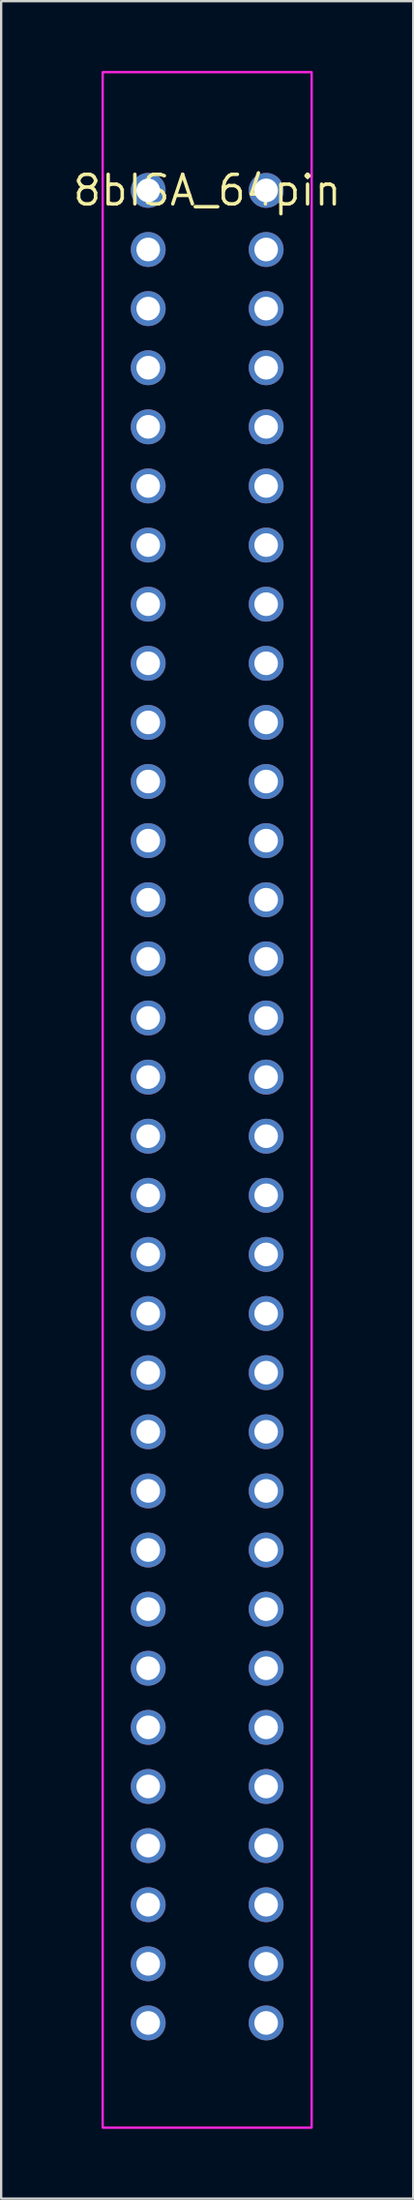
<source format=kicad_pcb>
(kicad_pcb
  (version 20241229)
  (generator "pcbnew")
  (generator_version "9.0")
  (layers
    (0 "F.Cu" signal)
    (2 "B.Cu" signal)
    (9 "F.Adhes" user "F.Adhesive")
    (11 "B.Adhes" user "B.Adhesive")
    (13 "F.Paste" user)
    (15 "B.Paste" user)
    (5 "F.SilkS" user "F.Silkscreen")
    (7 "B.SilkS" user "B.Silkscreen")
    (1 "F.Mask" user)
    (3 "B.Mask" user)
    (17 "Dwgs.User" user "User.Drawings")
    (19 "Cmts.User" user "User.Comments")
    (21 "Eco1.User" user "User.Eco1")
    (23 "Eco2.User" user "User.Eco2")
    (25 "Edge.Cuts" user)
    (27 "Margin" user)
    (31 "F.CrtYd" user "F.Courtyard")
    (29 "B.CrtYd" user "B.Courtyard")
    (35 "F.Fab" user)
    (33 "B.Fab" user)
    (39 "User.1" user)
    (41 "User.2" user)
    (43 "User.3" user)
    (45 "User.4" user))
  (footprint "8bISA_64pin"
    (layer "F.Cu")
    (at 5.873 5.13)
    (property "Reference" "8bISA_64pin" (at 0 0 0) (layer "F.SilkS") (effects (font (size 1.27 1.27) (thickness 0.15))))
    (fp_rect (start -4.5 -5.08) (end 4.5 83.24) (stroke (width 0.1) (type solid)) (fill no) (layer "F.CrtYd"))
    (pad "A1" thru_hole circle (at 2.54 0) (size 1.5 1.5) (drill 1.016) (layers "*.Cu" "*.Mask"))
    (pad "A2" thru_hole circle (at 2.54 2.54) (size 1.5 1.5) (drill 1.016) (layers "*.Cu" "*.Mask"))
    (pad "A3" thru_hole circle (at 2.54 5.08) (size 1.5 1.5) (drill 1.016) (layers "*.Cu" "*.Mask"))
    (pad "A4" thru_hole circle (at 2.54 7.62) (size 1.5 1.5) (drill 1.016) (layers "*.Cu" "*.Mask"))
    (pad "A5" thru_hole circle (at 2.54 10.16) (size 1.5 1.5) (drill 1.016) (layers "*.Cu" "*.Mask"))
    (pad "A6" thru_hole circle (at 2.54 12.7) (size 1.5 1.5) (drill 1.016) (layers "*.Cu" "*.Mask"))
    (pad "A7" thru_hole circle (at 2.54 15.24) (size 1.5 1.5) (drill 1.016) (layers "*.Cu" "*.Mask"))
    (pad "A8" thru_hole circle (at 2.54 17.78) (size 1.5 1.5) (drill 1.016) (layers "*.Cu" "*.Mask"))
    (pad "A9" thru_hole circle (at 2.54 20.32) (size 1.5 1.5) (drill 1.016) (layers "*.Cu" "*.Mask"))
    (pad "A10" thru_hole circle (at 2.54 22.86) (size 1.5 1.5) (drill 1.016) (layers "*.Cu" "*.Mask"))
    (pad "A11" thru_hole circle (at 2.54 25.4) (size 1.5 1.5) (drill 1.016) (layers "*.Cu" "*.Mask"))
    (pad "A12" thru_hole circle (at 2.54 27.94) (size 1.5 1.5) (drill 1.016) (layers "*.Cu" "*.Mask"))
    (pad "A13" thru_hole circle (at 2.54 30.48) (size 1.5 1.5) (drill 1.016) (layers "*.Cu" "*.Mask"))
    (pad "A14" thru_hole circle (at 2.54 33.02) (size 1.5 1.5) (drill 1.016) (layers "*.Cu" "*.Mask"))
    (pad "A15" thru_hole circle (at 2.54 35.56) (size 1.5 1.5) (drill 1.016) (layers "*.Cu" "*.Mask"))
    (pad "A16" thru_hole circle (at 2.54 38.1) (size 1.5 1.5) (drill 1.016) (layers "*.Cu" "*.Mask"))
    (pad "A17" thru_hole circle (at 2.54 40.64) (size 1.5 1.5) (drill 1.016) (layers "*.Cu" "*.Mask"))
    (pad "A18" thru_hole circle (at 2.54 43.18) (size 1.5 1.5) (drill 1.016) (layers "*.Cu" "*.Mask"))
    (pad "A19" thru_hole circle (at 2.54 45.72) (size 1.5 1.5) (drill 1.016) (layers "*.Cu" "*.Mask"))
    (pad "A20" thru_hole circle (at 2.54 48.26) (size 1.5 1.5) (drill 1.016) (layers "*.Cu" "*.Mask"))
    (pad "A21" thru_hole circle (at 2.54 50.8) (size 1.5 1.5) (drill 1.016) (layers "*.Cu" "*.Mask"))
    (pad "A22" thru_hole circle (at 2.54 53.34) (size 1.5 1.5) (drill 1.016) (layers "*.Cu" "*.Mask"))
    (pad "A23" thru_hole circle (at 2.54 55.88) (size 1.5 1.5) (drill 1.016) (layers "*.Cu" "*.Mask"))
    (pad "A24" thru_hole circle (at 2.54 58.42) (size 1.5 1.5) (drill 1.016) (layers "*.Cu" "*.Mask"))
    (pad "A25" thru_hole circle (at 2.54 60.96) (size 1.5 1.5) (drill 1.016) (layers "*.Cu" "*.Mask"))
    (pad "A26" thru_hole circle (at 2.54 63.5) (size 1.5 1.5) (drill 1.016) (layers "*.Cu" "*.Mask"))
    (pad "A27" thru_hole circle (at 2.54 66.04) (size 1.5 1.5) (drill 1.016) (layers "*.Cu" "*.Mask"))
    (pad "A28" thru_hole circle (at 2.54 68.58) (size 1.5 1.5) (drill 1.016) (layers "*.Cu" "*.Mask"))
    (pad "A29" thru_hole circle (at 2.54 71.12) (size 1.5 1.5) (drill 1.016) (layers "*.Cu" "*.Mask"))
    (pad "A30" thru_hole circle (at 2.54 73.66) (size 1.5 1.5) (drill 1.016) (layers "*.Cu" "*.Mask"))
    (pad "A31" thru_hole circle (at 2.54 76.2) (size 1.5 1.5) (drill 1.016) (layers "*.Cu" "*.Mask"))
    (pad "A32" thru_hole circle (at 2.54 78.74) (size 1.5 1.5) (drill 1.016) (layers "*.Cu" "*.Mask"))
    (pad "B1" thru_hole circle (at -2.54 0) (size 1.5 1.5) (drill 1.016) (layers "*.Cu" "*.Mask"))
    (pad "B2" thru_hole circle (at -2.54 2.54) (size 1.5 1.5) (drill 1.016) (layers "*.Cu" "*.Mask"))
    (pad "B3" thru_hole circle (at -2.54 5.08) (size 1.5 1.5) (drill 1.016) (layers "*.Cu" "*.Mask"))
    (pad "B4" thru_hole circle (at -2.54 7.62) (size 1.5 1.5) (drill 1.016) (layers "*.Cu" "*.Mask"))
    (pad "B5" thru_hole circle (at -2.54 10.16) (size 1.5 1.5) (drill 1.016) (layers "*.Cu" "*.Mask"))
    (pad "B6" thru_hole circle (at -2.54 12.7) (size 1.5 1.5) (drill 1.016) (layers "*.Cu" "*.Mask"))
    (pad "B7" thru_hole circle (at -2.54 15.24) (size 1.5 1.5) (drill 1.016) (layers "*.Cu" "*.Mask"))
    (pad "B8" thru_hole circle (at -2.54 17.78) (size 1.5 1.5) (drill 1.016) (layers "*.Cu" "*.Mask"))
    (pad "B9" thru_hole circle (at -2.54 20.32) (size 1.5 1.5) (drill 1.016) (layers "*.Cu" "*.Mask"))
    (pad "B10" thru_hole circle (at -2.54 22.86) (size 1.5 1.5) (drill 1.016) (layers "*.Cu" "*.Mask"))
    (pad "B11" thru_hole circle (at -2.54 25.4) (size 1.5 1.5) (drill 1.016) (layers "*.Cu" "*.Mask"))
    (pad "B12" thru_hole circle (at -2.54 27.94) (size 1.5 1.5) (drill 1.016) (layers "*.Cu" "*.Mask"))
    (pad "B13" thru_hole circle (at -2.54 30.48) (size 1.5 1.5) (drill 1.016) (layers "*.Cu" "*.Mask"))
    (pad "B14" thru_hole circle (at -2.54 33.02) (size 1.5 1.5) (drill 1.016) (layers "*.Cu" "*.Mask"))
    (pad "B15" thru_hole circle (at -2.54 35.56) (size 1.5 1.5) (drill 1.016) (layers "*.Cu" "*.Mask"))
    (pad "B16" thru_hole circle (at -2.54 38.1) (size 1.5 1.5) (drill 1.016) (layers "*.Cu" "*.Mask"))
    (pad "B17" thru_hole circle (at -2.54 40.64) (size 1.5 1.5) (drill 1.016) (layers "*.Cu" "*.Mask"))
    (pad "B18" thru_hole circle (at -2.54 43.18) (size 1.5 1.5) (drill 1.016) (layers "*.Cu" "*.Mask"))
    (pad "B19" thru_hole circle (at -2.54 45.72) (size 1.5 1.5) (drill 1.016) (layers "*.Cu" "*.Mask"))
    (pad "B20" thru_hole circle (at -2.54 48.26) (size 1.5 1.5) (drill 1.016) (layers "*.Cu" "*.Mask"))
    (pad "B21" thru_hole circle (at -2.54 50.8) (size 1.5 1.5) (drill 1.016) (layers "*.Cu" "*.Mask"))
    (pad "B22" thru_hole circle (at -2.54 53.34) (size 1.5 1.5) (drill 1.016) (layers "*.Cu" "*.Mask"))
    (pad "B23" thru_hole circle (at -2.54 55.88) (size 1.5 1.5) (drill 1.016) (layers "*.Cu" "*.Mask"))
    (pad "B24" thru_hole circle (at -2.54 58.42) (size 1.5 1.5) (drill 1.016) (layers "*.Cu" "*.Mask"))
    (pad "B25" thru_hole circle (at -2.54 60.96) (size 1.5 1.5) (drill 1.016) (layers "*.Cu" "*.Mask"))
    (pad "B26" thru_hole circle (at -2.54 63.5) (size 1.5 1.5) (drill 1.016) (layers "*.Cu" "*.Mask"))
    (pad "B27" thru_hole circle (at -2.54 66.04) (size 1.5 1.5) (drill 1.016) (layers "*.Cu" "*.Mask"))
    (pad "B28" thru_hole circle (at -2.54 68.58) (size 1.5 1.5) (drill 1.016) (layers "*.Cu" "*.Mask"))
    (pad "B29" thru_hole circle (at -2.54 71.12) (size 1.5 1.5) (drill 1.016) (layers "*.Cu" "*.Mask"))
    (pad "B30" thru_hole circle (at -2.54 73.66) (size 1.5 1.5) (drill 1.016) (layers "*.Cu" "*.Mask"))
    (pad "B31" thru_hole circle (at -2.54 76.2) (size 1.5 1.5) (drill 1.016) (layers "*.Cu" "*.Mask"))
    (pad "B32" thru_hole circle (at -2.54 78.74) (size 1.5 1.5) (drill 1.016) (layers "*.Cu" "*.Mask")))
  (gr_rect
    (start -3 -3)
    (end 14.747 91.42)
    (stroke (width 0.1) (type default))
    (fill no)
    (layer "Edge.Cuts")))
</source>
